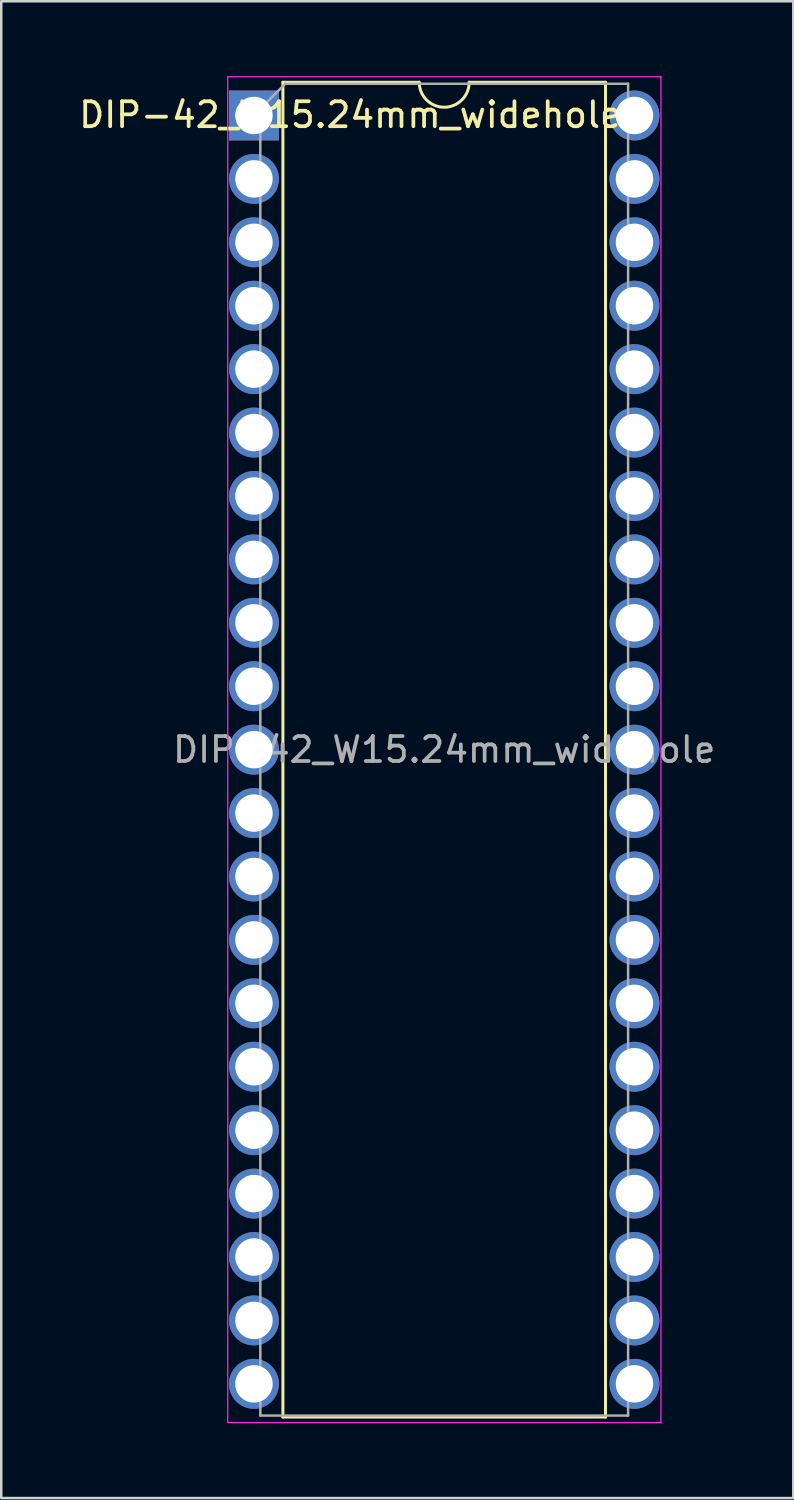
<source format=kicad_pcb>
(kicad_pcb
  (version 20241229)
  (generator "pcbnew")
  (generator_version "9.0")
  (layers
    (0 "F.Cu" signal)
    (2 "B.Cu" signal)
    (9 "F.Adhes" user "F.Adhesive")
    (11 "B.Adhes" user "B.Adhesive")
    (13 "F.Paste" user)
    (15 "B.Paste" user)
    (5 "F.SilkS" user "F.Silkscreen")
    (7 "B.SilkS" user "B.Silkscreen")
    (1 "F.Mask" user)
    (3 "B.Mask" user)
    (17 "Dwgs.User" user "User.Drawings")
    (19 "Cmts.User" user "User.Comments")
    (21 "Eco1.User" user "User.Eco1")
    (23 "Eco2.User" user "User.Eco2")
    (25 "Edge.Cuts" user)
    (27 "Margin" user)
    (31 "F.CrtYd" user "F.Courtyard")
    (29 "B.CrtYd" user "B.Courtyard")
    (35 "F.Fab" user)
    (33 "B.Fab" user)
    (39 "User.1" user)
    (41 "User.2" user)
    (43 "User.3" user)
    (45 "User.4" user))
  (footprint "DIP-42_W15.24mm_widehole"
    (layer "F.Cu")
    (at 7.121 1.575)
    (property "Reference" "DIP-42_W15.24mm_widehole" (at 3.861 -0.025 0) (layer "F.SilkS") (effects (font (size 1 1) (thickness 0.15))))
    (attr through_hole)
    (fp_line (start 1.16 -1.33) (end 1.16 52.13) (stroke (width 0.12) (type solid)) (layer "F.SilkS"))
    (fp_line (start 1.16 52.13) (end 14.08 52.13) (stroke (width 0.12) (type solid)) (layer "F.SilkS"))
    (fp_line (start 6.62 -1.33) (end 1.16 -1.33) (stroke (width 0.12) (type solid)) (layer "F.SilkS"))
    (fp_line (start 14.08 -1.33) (end 8.62 -1.33) (stroke (width 0.12) (type solid)) (layer "F.SilkS"))
    (fp_line (start 14.08 52.13) (end 14.08 -1.33) (stroke (width 0.12) (type solid)) (layer "F.SilkS"))
    (fp_arc (start 8.62 -1.33) (mid 7.62 -0.33) (end 6.62 -1.33) (stroke (width 0.12) (type solid)) (layer "F.SilkS"))
    (fp_line (start -1.05 -1.55) (end -1.05 52.35) (stroke (width 0.05) (type solid)) (layer "F.CrtYd"))
    (fp_line (start -1.05 52.35) (end 16.3 52.35) (stroke (width 0.05) (type solid)) (layer "F.CrtYd"))
    (fp_line (start 16.3 -1.55) (end -1.05 -1.55) (stroke (width 0.05) (type solid)) (layer "F.CrtYd"))
    (fp_line (start 16.3 52.35) (end 16.3 -1.55) (stroke (width 0.05) (type solid)) (layer "F.CrtYd"))
    (fp_line (start 0.255 -0.27) (end 1.255 -1.27) (stroke (width 0.1) (type solid)) (layer "F.Fab"))
    (fp_line (start 0.255 52.07) (end 0.255 -0.27) (stroke (width 0.1) (type solid)) (layer "F.Fab"))
    (fp_line (start 1.255 -1.27) (end 14.985 -1.27) (stroke (width 0.1) (type solid)) (layer "F.Fab"))
    (fp_line (start 14.985 -1.27) (end 14.985 52.07) (stroke (width 0.1) (type solid)) (layer "F.Fab"))
    (fp_line (start 14.985 52.07) (end 0.255 52.07) (stroke (width 0.1) (type solid)) (layer "F.Fab"))
    (fp_text user "${REFERENCE}" (at 7.62 25.4 0) (layer "F.Fab") (effects (font (size 1 1) (thickness 0.15))))
    (pad "1" thru_hole rect (at 0 0) (size 2 2) (drill 1.5) (layers "*.Cu" "*.Mask"))
    (pad "2" thru_hole oval (at 0 2.54) (size 2 2) (drill 1.5) (layers "*.Cu" "*.Mask"))
    (pad "3" thru_hole oval (at 0 5.08) (size 2 2) (drill 1.5) (layers "*.Cu" "*.Mask"))
    (pad "4" thru_hole oval (at 0 7.62) (size 2 2) (drill 1.5) (layers "*.Cu" "*.Mask"))
    (pad "5" thru_hole oval (at 0 10.16) (size 2 2) (drill 1.5) (layers "*.Cu" "*.Mask"))
    (pad "6" thru_hole oval (at 0 12.7) (size 2 2) (drill 1.5) (layers "*.Cu" "*.Mask"))
    (pad "7" thru_hole oval (at 0 15.24) (size 2 2) (drill 1.5) (layers "*.Cu" "*.Mask"))
    (pad "8" thru_hole oval (at 0 17.78) (size 2 2) (drill 1.5) (layers "*.Cu" "*.Mask"))
    (pad "9" thru_hole oval (at 0 20.32) (size 2 2) (drill 1.5) (layers "*.Cu" "*.Mask"))
    (pad "10" thru_hole oval (at 0 22.86) (size 2 2) (drill 1.5) (layers "*.Cu" "*.Mask"))
    (pad "11" thru_hole oval (at 0 25.4) (size 2 2) (drill 1.5) (layers "*.Cu" "*.Mask"))
    (pad "12" thru_hole oval (at 0 27.94) (size 2 2) (drill 1.5) (layers "*.Cu" "*.Mask"))
    (pad "13" thru_hole oval (at 0 30.48) (size 2 2) (drill 1.5) (layers "*.Cu" "*.Mask"))
    (pad "14" thru_hole oval (at 0 33.02) (size 2 2) (drill 1.5) (layers "*.Cu" "*.Mask"))
    (pad "15" thru_hole oval (at 0 35.56) (size 2 2) (drill 1.5) (layers "*.Cu" "*.Mask"))
    (pad "16" thru_hole oval (at 0 38.1) (size 2 2) (drill 1.5) (layers "*.Cu" "*.Mask"))
    (pad "17" thru_hole oval (at 0 40.64) (size 2 2) (drill 1.5) (layers "*.Cu" "*.Mask"))
    (pad "18" thru_hole oval (at 0 43.18) (size 2 2) (drill 1.5) (layers "*.Cu" "*.Mask"))
    (pad "19" thru_hole oval (at 0 45.72) (size 2 2) (drill 1.5) (layers "*.Cu" "*.Mask"))
    (pad "20" thru_hole oval (at 0 48.26) (size 2 2) (drill 1.5) (layers "*.Cu" "*.Mask"))
    (pad "21" thru_hole oval (at 0 50.8) (size 2 2) (drill 1.5) (layers "*.Cu" "*.Mask"))
    (pad "22" thru_hole oval (at 15.24 50.8) (size 2 2) (drill 1.5) (layers "*.Cu" "*.Mask"))
    (pad "23" thru_hole oval (at 15.24 48.26) (size 2 2) (drill 1.5) (layers "*.Cu" "*.Mask"))
    (pad "24" thru_hole oval (at 15.24 45.72) (size 2 2) (drill 1.5) (layers "*.Cu" "*.Mask"))
    (pad "25" thru_hole oval (at 15.24 43.18) (size 2 2) (drill 1.5) (layers "*.Cu" "*.Mask"))
    (pad "26" thru_hole oval (at 15.24 40.64) (size 2 2) (drill 1.5) (layers "*.Cu" "*.Mask"))
    (pad "27" thru_hole oval (at 15.24 38.1) (size 2 2) (drill 1.5) (layers "*.Cu" "*.Mask"))
    (pad "28" thru_hole oval (at 15.24 35.56) (size 2 2) (drill 1.5) (layers "*.Cu" "*.Mask"))
    (pad "29" thru_hole oval (at 15.24 33.02) (size 2 2) (drill 1.5) (layers "*.Cu" "*.Mask"))
    (pad "30" thru_hole oval (at 15.24 30.48) (size 2 2) (drill 1.5) (layers "*.Cu" "*.Mask"))
    (pad "31" thru_hole oval (at 15.24 27.94) (size 2 2) (drill 1.5) (layers "*.Cu" "*.Mask"))
    (pad "32" thru_hole oval (at 15.24 25.4) (size 2 2) (drill 1.5) (layers "*.Cu" "*.Mask"))
    (pad "33" thru_hole oval (at 15.24 22.86) (size 2 2) (drill 1.5) (layers "*.Cu" "*.Mask"))
    (pad "34" thru_hole oval (at 15.24 20.32) (size 2 2) (drill 1.5) (layers "*.Cu" "*.Mask"))
    (pad "35" thru_hole oval (at 15.24 17.78) (size 2 2) (drill 1.5) (layers "*.Cu" "*.Mask"))
    (pad "36" thru_hole oval (at 15.24 15.24) (size 2 2) (drill 1.5) (layers "*.Cu" "*.Mask"))
    (pad "37" thru_hole oval (at 15.24 12.7) (size 2 2) (drill 1.5) (layers "*.Cu" "*.Mask"))
    (pad "38" thru_hole oval (at 15.24 10.16) (size 2 2) (drill 1.5) (layers "*.Cu" "*.Mask"))
    (pad "39" thru_hole oval (at 15.24 7.62) (size 2 2) (drill 1.5) (layers "*.Cu" "*.Mask"))
    (pad "40" thru_hole oval (at 15.24 5.08) (size 2 2) (drill 1.5) (layers "*.Cu" "*.Mask"))
    (pad "41" thru_hole oval (at 15.24 2.54) (size 2 2) (drill 1.5) (layers "*.Cu" "*.Mask"))
    (pad "42" thru_hole oval (at 15.24 0) (size 2 2) (drill 1.5) (layers "*.Cu" "*.Mask")))
  (gr_rect
    (start -3 -3)
    (end 28.723 56.95)
    (stroke (width 0.1) (type default))
    (fill no)
    (layer "Edge.Cuts")))
</source>
